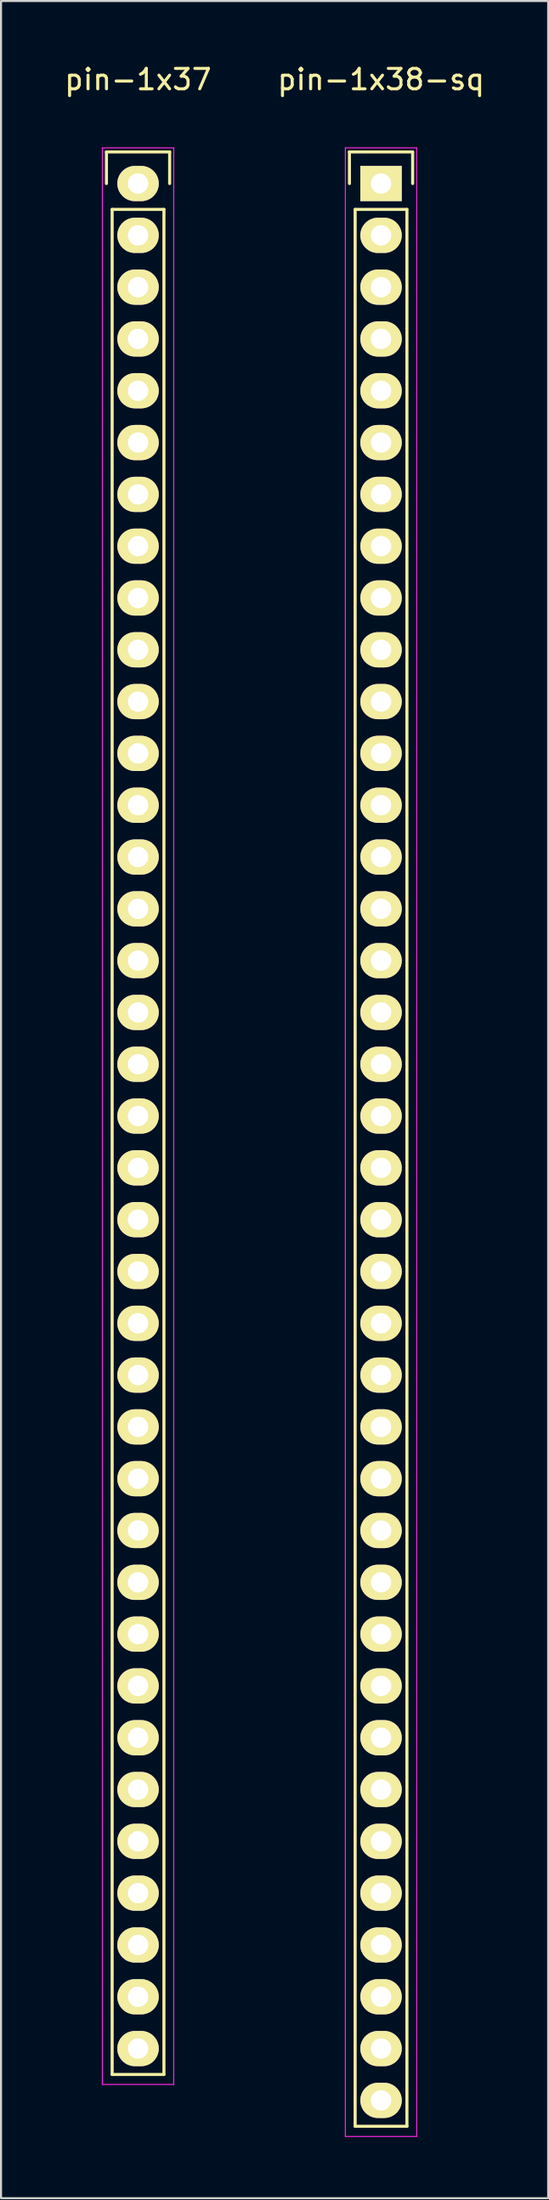
<source format=kicad_pcb>
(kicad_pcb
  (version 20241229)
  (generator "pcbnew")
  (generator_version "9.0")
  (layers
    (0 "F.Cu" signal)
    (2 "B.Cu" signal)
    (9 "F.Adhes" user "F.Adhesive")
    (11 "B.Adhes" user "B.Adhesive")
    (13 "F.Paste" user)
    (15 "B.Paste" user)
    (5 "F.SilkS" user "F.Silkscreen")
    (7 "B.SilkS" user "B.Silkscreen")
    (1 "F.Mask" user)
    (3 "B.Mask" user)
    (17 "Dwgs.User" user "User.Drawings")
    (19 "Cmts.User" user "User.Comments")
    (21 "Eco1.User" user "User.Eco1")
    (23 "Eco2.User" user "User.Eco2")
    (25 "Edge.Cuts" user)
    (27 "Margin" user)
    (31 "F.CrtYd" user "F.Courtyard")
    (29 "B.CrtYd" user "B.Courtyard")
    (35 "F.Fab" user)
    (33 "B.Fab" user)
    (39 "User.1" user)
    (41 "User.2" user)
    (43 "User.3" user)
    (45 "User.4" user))
  (footprint "pin-1x38-sq"
    (layer "F.Cu")
    (at 15.637 5.948)
    (property "Reference" "pin-1x38-sq" (at 0 -5.1 0) (layer "F.SilkS") (effects (font (size 1 1) (thickness 0.15))))
    (attr through_hole)
    (fp_line (start -1.55 -1.55) (end 1.55 -1.55) (stroke (width 0.15) (type solid)) (layer "F.SilkS"))
    (fp_line (start -1.55 0) (end -1.55 -1.55) (stroke (width 0.15) (type solid)) (layer "F.SilkS"))
    (fp_line (start -1.27 1.27) (end -1.27 95.25) (stroke (width 0.15) (type solid)) (layer "F.SilkS"))
    (fp_line (start -1.27 95.25) (end 1.27 95.25) (stroke (width 0.15) (type solid)) (layer "F.SilkS"))
    (fp_line (start 1.27 1.27) (end -1.27 1.27) (stroke (width 0.15) (type solid)) (layer "F.SilkS"))
    (fp_line (start 1.27 95.25) (end 1.27 1.27) (stroke (width 0.15) (type solid)) (layer "F.SilkS"))
    (fp_line (start 1.55 -1.55) (end 1.55 0) (stroke (width 0.15) (type solid)) (layer "F.SilkS"))
    (fp_line (start -1.75 -1.75) (end -1.75 95.75) (stroke (width 0.05) (type solid)) (layer "F.CrtYd"))
    (fp_line (start -1.75 -1.75) (end 1.75 -1.75) (stroke (width 0.05) (type solid)) (layer "F.CrtYd"))
    (fp_line (start -1.75 95.75) (end 1.75 95.75) (stroke (width 0.05) (type solid)) (layer "F.CrtYd"))
    (fp_line (start 1.75 -1.75) (end 1.75 95.75) (stroke (width 0.05) (type solid)) (layer "F.CrtYd"))
    (pad "1" thru_hole rect (at 0 0) (size 2.032 1.727) (drill 1) (layers "*.Cu" "*.Mask" "F.SilkS"))
    (pad "2" thru_hole oval (at 0 2.54) (size 2.032 1.727) (drill 1) (layers "*.Cu" "*.Mask" "F.SilkS"))
    (pad "3" thru_hole oval (at 0 5.08) (size 2.032 1.727) (drill 1) (layers "*.Cu" "*.Mask" "F.SilkS"))
    (pad "4" thru_hole oval (at 0 7.62) (size 2.032 1.727) (drill 1) (layers "*.Cu" "*.Mask" "F.SilkS"))
    (pad "5" thru_hole oval (at 0 10.16) (size 2.032 1.727) (drill 1) (layers "*.Cu" "*.Mask" "F.SilkS"))
    (pad "6" thru_hole oval (at 0 12.7) (size 2.032 1.727) (drill 1) (layers "*.Cu" "*.Mask" "F.SilkS"))
    (pad "7" thru_hole oval (at 0 15.24) (size 2.032 1.727) (drill 1) (layers "*.Cu" "*.Mask" "F.SilkS"))
    (pad "8" thru_hole oval (at 0 17.78) (size 2.032 1.727) (drill 1) (layers "*.Cu" "*.Mask" "F.SilkS"))
    (pad "9" thru_hole oval (at 0 20.32) (size 2.032 1.727) (drill 1) (layers "*.Cu" "*.Mask" "F.SilkS"))
    (pad "10" thru_hole oval (at 0 22.86) (size 2.032 1.727) (drill 1) (layers "*.Cu" "*.Mask" "F.SilkS"))
    (pad "11" thru_hole oval (at 0 25.4) (size 2.032 1.727) (drill 1) (layers "*.Cu" "*.Mask" "F.SilkS"))
    (pad "12" thru_hole oval (at 0 27.94) (size 2.032 1.727) (drill 1) (layers "*.Cu" "*.Mask" "F.SilkS"))
    (pad "13" thru_hole oval (at 0 30.48) (size 2.032 1.727) (drill 1) (layers "*.Cu" "*.Mask" "F.SilkS"))
    (pad "14" thru_hole oval (at 0 33.02) (size 2.032 1.727) (drill 1) (layers "*.Cu" "*.Mask" "F.SilkS"))
    (pad "15" thru_hole oval (at 0 35.56) (size 2.032 1.727) (drill 1) (layers "*.Cu" "*.Mask" "F.SilkS"))
    (pad "16" thru_hole oval (at 0 38.1) (size 2.032 1.727) (drill 1) (layers "*.Cu" "*.Mask" "F.SilkS"))
    (pad "17" thru_hole oval (at 0 40.64) (size 2.032 1.727) (drill 1) (layers "*.Cu" "*.Mask" "F.SilkS"))
    (pad "18" thru_hole oval (at 0 43.18) (size 2.032 1.727) (drill 1) (layers "*.Cu" "*.Mask" "F.SilkS"))
    (pad "19" thru_hole oval (at 0 45.72) (size 2.032 1.727) (drill 1) (layers "*.Cu" "*.Mask" "F.SilkS"))
    (pad "20" thru_hole oval (at 0 48.26) (size 2.032 1.727) (drill 1) (layers "*.Cu" "*.Mask" "F.SilkS"))
    (pad "21" thru_hole oval (at 0 50.8) (size 2.032 1.727) (drill 1) (layers "*.Cu" "*.Mask" "F.SilkS"))
    (pad "22" thru_hole oval (at 0 53.34) (size 2.032 1.727) (drill 1) (layers "*.Cu" "*.Mask" "F.SilkS"))
    (pad "23" thru_hole oval (at 0 55.88) (size 2.032 1.727) (drill 1) (layers "*.Cu" "*.Mask" "F.SilkS"))
    (pad "24" thru_hole oval (at 0 58.42) (size 2.032 1.727) (drill 1) (layers "*.Cu" "*.Mask" "F.SilkS"))
    (pad "25" thru_hole oval (at 0 60.96) (size 2.032 1.727) (drill 1) (layers "*.Cu" "*.Mask" "F.SilkS"))
    (pad "26" thru_hole oval (at 0 63.5) (size 2.032 1.727) (drill 1) (layers "*.Cu" "*.Mask" "F.SilkS"))
    (pad "27" thru_hole oval (at 0 66.04) (size 2.032 1.727) (drill 1) (layers "*.Cu" "*.Mask" "F.SilkS"))
    (pad "28" thru_hole oval (at 0 68.58) (size 2.032 1.727) (drill 1) (layers "*.Cu" "*.Mask" "F.SilkS"))
    (pad "29" thru_hole oval (at 0 71.12) (size 2.032 1.727) (drill 1) (layers "*.Cu" "*.Mask" "F.SilkS"))
    (pad "30" thru_hole oval (at 0 73.66) (size 2.032 1.727) (drill 1) (layers "*.Cu" "*.Mask" "F.SilkS"))
    (pad "31" thru_hole oval (at 0 76.2) (size 2.032 1.727) (drill 1) (layers "*.Cu" "*.Mask" "F.SilkS"))
    (pad "32" thru_hole oval (at 0 78.74) (size 2.032 1.727) (drill 1) (layers "*.Cu" "*.Mask" "F.SilkS"))
    (pad "33" thru_hole oval (at 0 81.28) (size 2.032 1.727) (drill 1) (layers "*.Cu" "*.Mask" "F.SilkS"))
    (pad "34" thru_hole oval (at 0 83.82) (size 2.032 1.727) (drill 1) (layers "*.Cu" "*.Mask" "F.SilkS"))
    (pad "35" thru_hole oval (at 0 86.36) (size 2.032 1.727) (drill 1) (layers "*.Cu" "*.Mask" "F.SilkS"))
    (pad "36" thru_hole oval (at 0 88.9) (size 2.032 1.727) (drill 1) (layers "*.Cu" "*.Mask" "F.SilkS"))
    (pad "37" thru_hole oval (at 0 91.44) (size 2.032 1.727) (drill 1) (layers "*.Cu" "*.Mask" "F.SilkS"))
    (pad "38" thru_hole oval (at 0 93.98) (size 2.032 1.727) (drill 1) (layers "*.Cu" "*.Mask" "F.SilkS")))
  (footprint "pin-1x37"
    (layer "F.Cu")
    (at 3.72 5.948)
    (property "Reference" "pin-1x37" (at 0 -5.1 0) (layer "F.SilkS") (effects (font (size 1 1) (thickness 0.15))))
    (attr through_hole)
    (fp_line (start -1.55 -1.55) (end 1.55 -1.55) (stroke (width 0.15) (type solid)) (layer "F.SilkS"))
    (fp_line (start -1.55 0) (end -1.55 -1.55) (stroke (width 0.15) (type solid)) (layer "F.SilkS"))
    (fp_line (start -1.27 1.27) (end -1.27 92.71) (stroke (width 0.15) (type solid)) (layer "F.SilkS"))
    (fp_line (start -1.27 92.71) (end 1.27 92.71) (stroke (width 0.15) (type solid)) (layer "F.SilkS"))
    (fp_line (start 1.27 1.27) (end -1.27 1.27) (stroke (width 0.15) (type solid)) (layer "F.SilkS"))
    (fp_line (start 1.27 92.71) (end 1.27 1.27) (stroke (width 0.15) (type solid)) (layer "F.SilkS"))
    (fp_line (start 1.55 -1.55) (end 1.55 0) (stroke (width 0.15) (type solid)) (layer "F.SilkS"))
    (fp_line (start -1.75 -1.75) (end -1.75 93.2) (stroke (width 0.05) (type solid)) (layer "F.CrtYd"))
    (fp_line (start -1.75 -1.75) (end 1.75 -1.75) (stroke (width 0.05) (type solid)) (layer "F.CrtYd"))
    (fp_line (start -1.75 93.2) (end 1.75 93.2) (stroke (width 0.05) (type solid)) (layer "F.CrtYd"))
    (fp_line (start 1.75 -1.75) (end 1.75 93.2) (stroke (width 0.05) (type solid)) (layer "F.CrtYd"))
    (pad "1" thru_hole oval (at 0 0) (size 2.032 1.727) (drill 1) (layers "*.Cu" "*.Mask" "F.SilkS"))
    (pad "2" thru_hole oval (at 0 2.54) (size 2.032 1.727) (drill 1) (layers "*.Cu" "*.Mask" "F.SilkS"))
    (pad "3" thru_hole oval (at 0 5.08) (size 2.032 1.727) (drill 1) (layers "*.Cu" "*.Mask" "F.SilkS"))
    (pad "4" thru_hole oval (at 0 7.62) (size 2.032 1.727) (drill 1) (layers "*.Cu" "*.Mask" "F.SilkS"))
    (pad "5" thru_hole oval (at 0 10.16) (size 2.032 1.727) (drill 1) (layers "*.Cu" "*.Mask" "F.SilkS"))
    (pad "6" thru_hole oval (at 0 12.7) (size 2.032 1.727) (drill 1) (layers "*.Cu" "*.Mask" "F.SilkS"))
    (pad "7" thru_hole oval (at 0 15.24) (size 2.032 1.727) (drill 1) (layers "*.Cu" "*.Mask" "F.SilkS"))
    (pad "8" thru_hole oval (at 0 17.78) (size 2.032 1.727) (drill 1) (layers "*.Cu" "*.Mask" "F.SilkS"))
    (pad "9" thru_hole oval (at 0 20.32) (size 2.032 1.727) (drill 1) (layers "*.Cu" "*.Mask" "F.SilkS"))
    (pad "10" thru_hole oval (at 0 22.86) (size 2.032 1.727) (drill 1) (layers "*.Cu" "*.Mask" "F.SilkS"))
    (pad "11" thru_hole oval (at 0 25.4) (size 2.032 1.727) (drill 1) (layers "*.Cu" "*.Mask" "F.SilkS"))
    (pad "12" thru_hole oval (at 0 27.94) (size 2.032 1.727) (drill 1) (layers "*.Cu" "*.Mask" "F.SilkS"))
    (pad "13" thru_hole oval (at 0 30.48) (size 2.032 1.727) (drill 1) (layers "*.Cu" "*.Mask" "F.SilkS"))
    (pad "14" thru_hole oval (at 0 33.02) (size 2.032 1.727) (drill 1) (layers "*.Cu" "*.Mask" "F.SilkS"))
    (pad "15" thru_hole oval (at 0 35.56) (size 2.032 1.727) (drill 1) (layers "*.Cu" "*.Mask" "F.SilkS"))
    (pad "16" thru_hole oval (at 0 38.1) (size 2.032 1.727) (drill 1) (layers "*.Cu" "*.Mask" "F.SilkS"))
    (pad "17" thru_hole oval (at 0 40.64) (size 2.032 1.727) (drill 1) (layers "*.Cu" "*.Mask" "F.SilkS"))
    (pad "18" thru_hole oval (at 0 43.18) (size 2.032 1.727) (drill 1) (layers "*.Cu" "*.Mask" "F.SilkS"))
    (pad "19" thru_hole oval (at 0 45.72) (size 2.032 1.727) (drill 1) (layers "*.Cu" "*.Mask" "F.SilkS"))
    (pad "20" thru_hole oval (at 0 48.26) (size 2.032 1.727) (drill 1) (layers "*.Cu" "*.Mask" "F.SilkS"))
    (pad "21" thru_hole oval (at 0 50.8) (size 2.032 1.727) (drill 1) (layers "*.Cu" "*.Mask" "F.SilkS"))
    (pad "22" thru_hole oval (at 0 53.34) (size 2.032 1.727) (drill 1) (layers "*.Cu" "*.Mask" "F.SilkS"))
    (pad "23" thru_hole oval (at 0 55.88) (size 2.032 1.727) (drill 1) (layers "*.Cu" "*.Mask" "F.SilkS"))
    (pad "24" thru_hole oval (at 0 58.42) (size 2.032 1.727) (drill 1) (layers "*.Cu" "*.Mask" "F.SilkS"))
    (pad "25" thru_hole oval (at 0 60.96) (size 2.032 1.727) (drill 1) (layers "*.Cu" "*.Mask" "F.SilkS"))
    (pad "26" thru_hole oval (at 0 63.5) (size 2.032 1.727) (drill 1) (layers "*.Cu" "*.Mask" "F.SilkS"))
    (pad "27" thru_hole oval (at 0 66.04) (size 2.032 1.727) (drill 1) (layers "*.Cu" "*.Mask" "F.SilkS"))
    (pad "28" thru_hole oval (at 0 68.58) (size 2.032 1.727) (drill 1) (layers "*.Cu" "*.Mask" "F.SilkS"))
    (pad "29" thru_hole oval (at 0 71.12) (size 2.032 1.727) (drill 1) (layers "*.Cu" "*.Mask" "F.SilkS"))
    (pad "30" thru_hole oval (at 0 73.66) (size 2.032 1.727) (drill 1) (layers "*.Cu" "*.Mask" "F.SilkS"))
    (pad "31" thru_hole oval (at 0 76.2) (size 2.032 1.727) (drill 1) (layers "*.Cu" "*.Mask" "F.SilkS"))
    (pad "32" thru_hole oval (at 0 78.74) (size 2.032 1.727) (drill 1) (layers "*.Cu" "*.Mask" "F.SilkS"))
    (pad "33" thru_hole oval (at 0 81.28) (size 2.032 1.727) (drill 1) (layers "*.Cu" "*.Mask" "F.SilkS"))
    (pad "34" thru_hole oval (at 0 83.82) (size 2.032 1.727) (drill 1) (layers "*.Cu" "*.Mask" "F.SilkS"))
    (pad "35" thru_hole oval (at 0 86.36) (size 2.032 1.727) (drill 1) (layers "*.Cu" "*.Mask" "F.SilkS"))
    (pad "36" thru_hole oval (at 0 88.9) (size 2.032 1.727) (drill 1) (layers "*.Cu" "*.Mask" "F.SilkS"))
    (pad "37" thru_hole oval (at 0 91.44) (size 2.032 1.727) (drill 1) (layers "*.Cu" "*.Mask" "F.SilkS")))
  (gr_rect
    (start -3 -3)
    (end 23.833 104.723)
    (stroke (width 0.1) (type default))
    (fill no)
    (layer "Edge.Cuts")))
</source>
